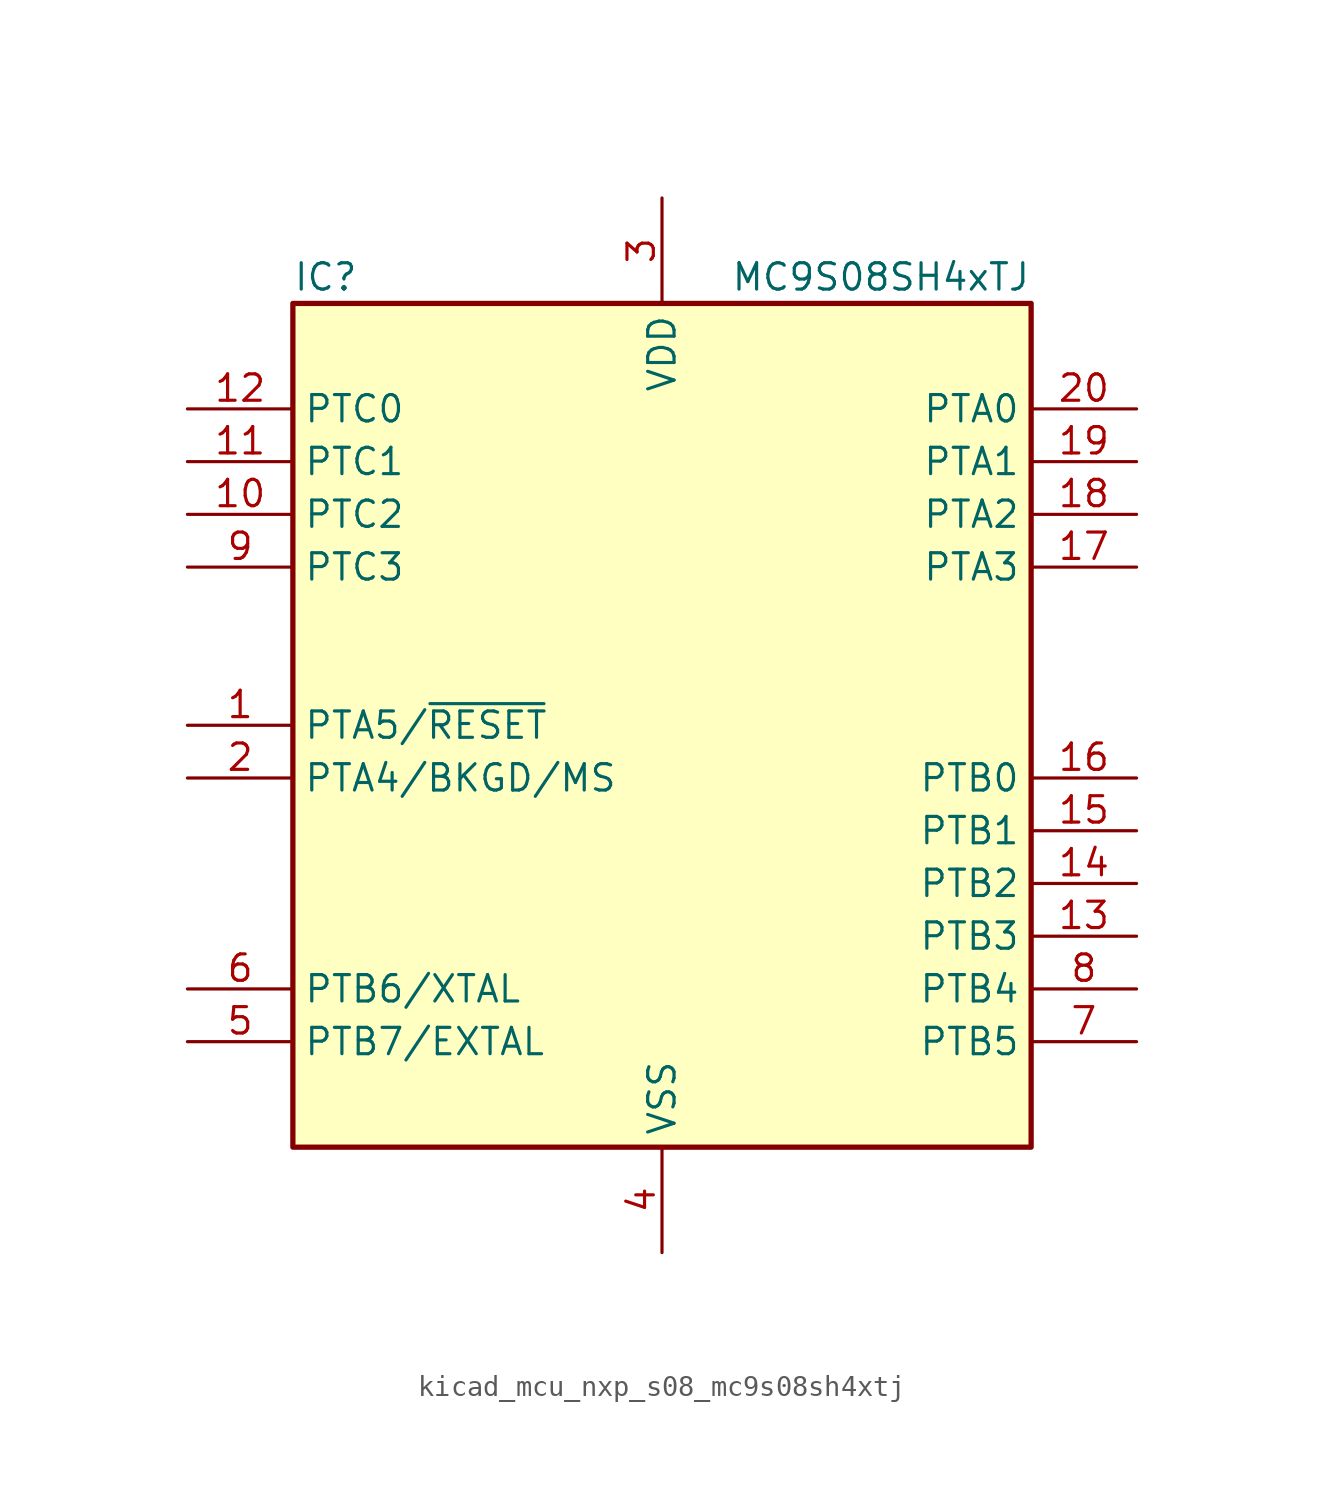
<source format=kicad_sym>
(kicad_symbol_lib
  (version 20220914)
  (generator kicad_symbol_editor)
  (symbol "kicad_mcu_nxp_s08_mc9s08sh4xtj"
    (property "Reference" "IC"
      (at -17.78 21.59 0)
      (effects (font (size 1.27 1.27)) (justify left)))
    (property "Value" "MC9S08SH4xTJ"
      (at 17.78 21.59 0)
      (effects (font (size 1.27 1.27)) (justify right)))
    (symbol "kicad_mcu_nxp_s08_mc9s08sh4xtj_0_1"
      (rectangle (start -17.78 20.32) (end 17.78 -20.32) (stroke (width 0.254) (type default)) (fill (type background))))
    (symbol "kicad_mcu_nxp_s08_mc9s08sh4xtj_1_1"
      (pin bidirectional line (at -22.86 0 0) (length 5.08) (name "PTA5/~{RESET}" (effects (font (size 1.27 1.27)))) (number "1" (effects (font (size 1.27 1.27)))))
      (pin bidirectional line (at -22.86 10.16 0) (length 5.08) (name "PTC2" (effects (font (size 1.27 1.27)))) (number "10" (effects (font (size 1.27 1.27)))))
      (pin bidirectional line (at -22.86 12.7 0) (length 5.08) (name "PTC1" (effects (font (size 1.27 1.27)))) (number "11" (effects (font (size 1.27 1.27)))))
      (pin bidirectional line (at -22.86 15.24 0) (length 5.08) (name "PTC0" (effects (font (size 1.27 1.27)))) (number "12" (effects (font (size 1.27 1.27)))))
      (pin bidirectional line (at 22.86 -10.16 180) (length 5.08) (name "PTB3" (effects (font (size 1.27 1.27)))) (number "13" (effects (font (size 1.27 1.27)))))
      (pin bidirectional line (at 22.86 -7.62 180) (length 5.08) (name "PTB2" (effects (font (size 1.27 1.27)))) (number "14" (effects (font (size 1.27 1.27)))))
      (pin bidirectional line (at 22.86 -5.08 180) (length 5.08) (name "PTB1" (effects (font (size 1.27 1.27)))) (number "15" (effects (font (size 1.27 1.27)))))
      (pin bidirectional line (at 22.86 -2.54 180) (length 5.08) (name "PTB0" (effects (font (size 1.27 1.27)))) (number "16" (effects (font (size 1.27 1.27)))))
      (pin bidirectional line (at 22.86 7.62 180) (length 5.08) (name "PTA3" (effects (font (size 1.27 1.27)))) (number "17" (effects (font (size 1.27 1.27)))))
      (pin bidirectional line (at 22.86 10.16 180) (length 5.08) (name "PTA2" (effects (font (size 1.27 1.27)))) (number "18" (effects (font (size 1.27 1.27)))))
      (pin bidirectional line (at 22.86 12.7 180) (length 5.08) (name "PTA1" (effects (font (size 1.27 1.27)))) (number "19" (effects (font (size 1.27 1.27)))))
      (pin bidirectional line (at -22.86 -2.54 0) (length 5.08) (name "PTA4/BKGD/MS" (effects (font (size 1.27 1.27)))) (number "2" (effects (font (size 1.27 1.27)))))
      (pin bidirectional line (at 22.86 15.24 180) (length 5.08) (name "PTA0" (effects (font (size 1.27 1.27)))) (number "20" (effects (font (size 1.27 1.27)))))
      (pin power_in line (at 0 25.4 270) (length 5.08) (name "VDD" (effects (font (size 1.27 1.27)))) (number "3" (effects (font (size 1.27 1.27)))))
      (pin power_in line (at 0 -25.4 90) (length 5.08) (name "VSS" (effects (font (size 1.27 1.27)))) (number "4" (effects (font (size 1.27 1.27)))))
      (pin bidirectional line (at -22.86 -15.24 0) (length 5.08) (name "PTB7/EXTAL" (effects (font (size 1.27 1.27)))) (number "5" (effects (font (size 1.27 1.27)))))
      (pin bidirectional line (at -22.86 -12.7 0) (length 5.08) (name "PTB6/XTAL" (effects (font (size 1.27 1.27)))) (number "6" (effects (font (size 1.27 1.27)))))
      (pin bidirectional line (at 22.86 -15.24 180) (length 5.08) (name "PTB5" (effects (font (size 1.27 1.27)))) (number "7" (effects (font (size 1.27 1.27)))))
      (pin bidirectional line (at 22.86 -12.7 180) (length 5.08) (name "PTB4" (effects (font (size 1.27 1.27)))) (number "8" (effects (font (size 1.27 1.27)))))
      (pin bidirectional line (at -22.86 7.62 0) (length 5.08) (name "PTC3" (effects (font (size 1.27 1.27)))) (number "9" (effects (font (size 1.27 1.27))))))))
</source>
